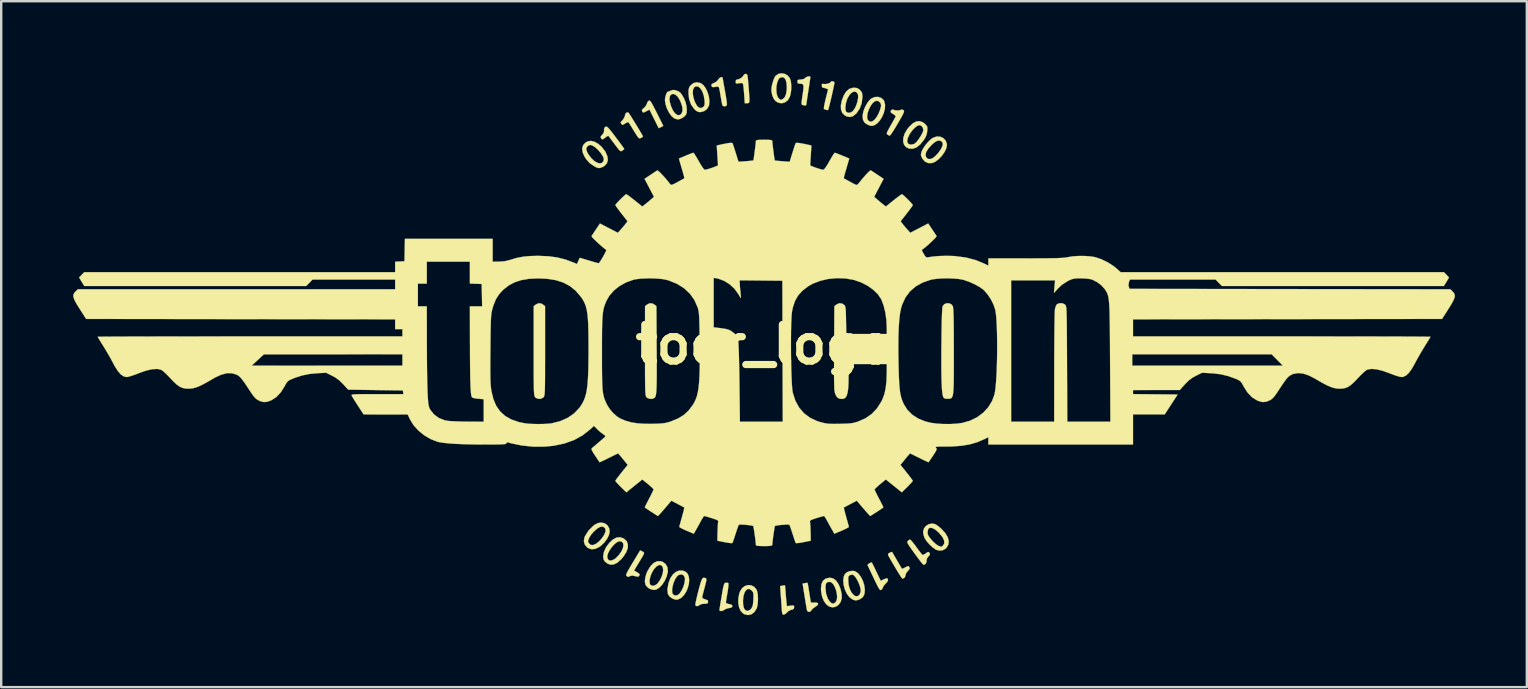
<source format=kicad_pcb>
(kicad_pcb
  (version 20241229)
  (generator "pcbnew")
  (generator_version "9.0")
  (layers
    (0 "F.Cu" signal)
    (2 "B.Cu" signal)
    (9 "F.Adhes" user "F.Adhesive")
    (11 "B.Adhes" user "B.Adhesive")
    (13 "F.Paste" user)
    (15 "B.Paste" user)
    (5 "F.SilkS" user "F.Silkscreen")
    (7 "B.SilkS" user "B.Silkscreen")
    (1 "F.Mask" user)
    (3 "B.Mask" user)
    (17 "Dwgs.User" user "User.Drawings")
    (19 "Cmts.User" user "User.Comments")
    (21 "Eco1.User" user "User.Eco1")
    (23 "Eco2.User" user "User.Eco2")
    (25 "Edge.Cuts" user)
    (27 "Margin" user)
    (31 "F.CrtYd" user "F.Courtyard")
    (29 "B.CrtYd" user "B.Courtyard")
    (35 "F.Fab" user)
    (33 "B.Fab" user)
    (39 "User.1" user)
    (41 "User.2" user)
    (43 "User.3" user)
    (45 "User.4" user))
  (footprint "toor_logo"
    (layer "F.Cu")
    (at 28.792 11.308)
    (property "Reference" "toor_logo" (at 0 0 0) (layer "F.SilkS") (effects (font (size 1.524 1.524) (thickness 0.3))))
    (attr through_hole)
    (fp_poly (pts (xy -4.753 -10.155) (xy -4.718 -10.115) (xy -4.671 -10.04) (xy -4.608 -9.922) (xy -4.522 -9.755) (xy -4.471 -9.654) (xy -4.2 -9.112) (xy -4.39 -9.014) (xy -4.583 -9.401) (xy -4.775 -9.789) (xy -4.91 -9.72) (xy -4.993 -9.68) (xy -5.037 -9.67) (xy -5.063 -9.69) (xy -5.079 -9.717) (xy -5.093 -9.768) (xy -5.064 -9.814) (xy -5.011 -9.856) (xy -4.931 -9.938) (xy -4.888 -10.029) (xy -4.853 -10.112) (xy -4.805 -10.162) (xy -4.78 -10.169) (xy -4.753 -10.155)) (stroke (width 0.01) (type solid)) (fill yes) (layer "F.SilkS"))
    (fp_poly (pts (xy 1.812 9.931) (xy 1.812 9.931) (xy 1.82 9.966) (xy 1.836 10.054) (xy 1.857 10.183) (xy 1.883 10.34) (xy 1.884 10.346) (xy 1.949 10.753) (xy 2.101 10.753) (xy 2.197 10.758) (xy 2.242 10.778) (xy 2.252 10.812) (xy 2.223 10.866) (xy 2.149 10.922) (xy 2.134 10.931) (xy 2.047 10.989) (xy 1.987 11.055) (xy 1.982 11.066) (xy 1.924 11.129) (xy 1.873 11.142) (xy 1.816 11.125) (xy 1.785 11.064) (xy 1.778 11.032) (xy 1.766 10.959) (xy 1.745 10.835) (xy 1.719 10.675) (xy 1.69 10.495) (xy 1.682 10.442) (xy 1.605 9.963) (xy 1.705 9.943) (xy 1.778 9.931) (xy 1.812 9.931)) (stroke (width 0.01) (type solid)) (fill yes) (layer "F.SilkS"))
    (fp_poly (pts (xy -5.07 8.624) (xy -5.031 8.644) (xy -5.007 8.663) (xy -5.001 8.691) (xy -5.016 8.738) (xy -5.054 8.813) (xy -5.12 8.925) (xy -5.217 9.085) (xy -5.237 9.118) (xy -5.419 9.417) (xy -5.3 9.487) (xy -5.218 9.54) (xy -5.187 9.579) (xy -5.197 9.622) (xy -5.211 9.646) (xy -5.243 9.672) (xy -5.302 9.67) (xy -5.375 9.651) (xy -5.486 9.628) (xy -5.565 9.641) (xy -5.581 9.648) (xy -5.644 9.679) (xy -5.682 9.678) (xy -5.73 9.644) (xy -5.745 9.622) (xy -5.745 9.588) (xy -5.726 9.533) (xy -5.683 9.448) (xy -5.614 9.325) (xy -5.513 9.156) (xy -5.473 9.088) (xy -5.163 8.576) (xy -5.07 8.624)) (stroke (width 0.01) (type solid)) (fill yes) (layer "F.SilkS"))
    (fp_poly (pts (xy 0.876 10.072) (xy 0.884 10.158) (xy 0.894 10.28) (xy 0.898 10.331) (xy 0.909 10.485) (xy 0.922 10.632) (xy 0.933 10.745) (xy 0.935 10.76) (xy 0.952 10.903) (xy 1.103 10.883) (xy 1.195 10.873) (xy 1.239 10.881) (xy 1.252 10.917) (xy 1.253 10.947) (xy 1.241 11.008) (xy 1.193 11.041) (xy 1.134 11.055) (xy 1.028 11.097) (xy 0.963 11.157) (xy 0.897 11.222) (xy 0.832 11.251) (xy 0.796 11.256) (xy 0.772 11.243) (xy 0.756 11.201) (xy 0.745 11.119) (xy 0.734 10.984) (xy 0.732 10.942) (xy 0.719 10.757) (xy 0.705 10.557) (xy 0.692 10.379) (xy 0.689 10.343) (xy 0.669 10.068) (xy 0.766 10.049) (xy 0.838 10.038) (xy 0.871 10.037) (xy 0.876 10.072)) (stroke (width 0.01) (type solid)) (fill yes) (layer "F.SilkS"))
    (fp_poly (pts (xy -4.649 -1.71) (xy -4.567 -1.662) (xy -4.487 -1.598) (xy -4.477 0.107) (xy -4.474 0.532) (xy -4.473 0.895) (xy -4.473 1.201) (xy -4.475 1.454) (xy -4.478 1.66) (xy -4.484 1.825) (xy -4.491 1.953) (xy -4.501 2.05) (xy -4.514 2.12) (xy -4.529 2.17) (xy -4.547 2.203) (xy -4.56 2.218) (xy -4.646 2.262) (xy -4.755 2.265) (xy -4.857 2.23) (xy -4.897 2.198) (xy -4.911 2.18) (xy -4.923 2.156) (xy -4.932 2.121) (xy -4.94 2.068) (xy -4.947 1.994) (xy -4.952 1.891) (xy -4.955 1.755) (xy -4.958 1.58) (xy -4.96 1.361) (xy -4.961 1.092) (xy -4.961 0.768) (xy -4.961 0.383) (xy -4.961 0.264) (xy -4.961 -1.598) (xy -4.882 -1.662) (xy -4.766 -1.72) (xy -4.649 -1.71)) (stroke (width 0.01) (type solid)) (fill yes) (layer "F.SilkS"))
    (fp_poly (pts (xy 4.491 9.086) (xy 4.509 9.119) (xy 4.551 9.201) (xy 4.609 9.32) (xy 4.678 9.464) (xy 4.681 9.471) (xy 4.86 9.844) (xy 4.995 9.783) (xy 5.08 9.748) (xy 5.125 9.741) (xy 5.149 9.763) (xy 5.159 9.783) (xy 5.163 9.836) (xy 5.123 9.902) (xy 5.066 9.964) (xy 4.995 10.045) (xy 4.952 10.113) (xy 4.945 10.138) (xy 4.918 10.196) (xy 4.882 10.225) (xy 4.856 10.232) (xy 4.829 10.219) (xy 4.795 10.179) (xy 4.75 10.103) (xy 4.689 9.983) (xy 4.606 9.812) (xy 4.573 9.744) (xy 4.491 9.571) (xy 4.419 9.418) (xy 4.361 9.297) (xy 4.324 9.217) (xy 4.313 9.192) (xy 4.33 9.159) (xy 4.384 9.119) (xy 4.446 9.088) (xy 4.489 9.084) (xy 4.491 9.086)) (stroke (width 0.01) (type solid)) (fill yes) (layer "F.SilkS"))
    (fp_poly (pts (xy -9.288 -1.71) (xy -9.207 -1.662) (xy -9.127 -1.598) (xy -9.127 0.264) (xy -9.127 0.667) (xy -9.128 1.008) (xy -9.128 1.291) (xy -9.13 1.524) (xy -9.132 1.711) (xy -9.136 1.857) (xy -9.14 1.968) (xy -9.146 2.05) (xy -9.154 2.108) (xy -9.163 2.148) (xy -9.174 2.174) (xy -9.187 2.193) (xy -9.192 2.198) (xy -9.286 2.257) (xy -9.399 2.266) (xy -9.504 2.226) (xy -9.537 2.198) (xy -9.551 2.18) (xy -9.562 2.156) (xy -9.572 2.121) (xy -9.58 2.068) (xy -9.587 1.994) (xy -9.592 1.891) (xy -9.595 1.755) (xy -9.598 1.58) (xy -9.6 1.361) (xy -9.601 1.092) (xy -9.601 0.768) (xy -9.601 0.383) (xy -9.601 0.264) (xy -9.601 -1.598) (xy -9.521 -1.662) (xy -9.406 -1.72) (xy -9.288 -1.71)) (stroke (width 0.01) (type solid)) (fill yes) (layer "F.SilkS"))
    (fp_poly (pts (xy 2.913 -10.95) (xy 2.932 -10.927) (xy 2.929 -10.886) (xy 2.912 -10.794) (xy 2.885 -10.662) (xy 2.851 -10.506) (xy 2.812 -10.337) (xy 2.773 -10.169) (xy 2.735 -10.015) (xy 2.703 -9.889) (xy 2.678 -9.802) (xy 2.665 -9.769) (xy 2.631 -9.772) (xy 2.591 -9.78) (xy 2.522 -9.803) (xy 2.496 -9.82) (xy 2.493 -9.861) (xy 2.506 -9.953) (xy 2.532 -10.084) (xy 2.568 -10.239) (xy 2.569 -10.242) (xy 2.669 -10.638) (xy 2.585 -10.67) (xy 2.503 -10.695) (xy 2.453 -10.702) (xy 2.415 -10.732) (xy 2.405 -10.79) (xy 2.413 -10.853) (xy 2.453 -10.865) (xy 2.485 -10.858) (xy 2.563 -10.855) (xy 2.654 -10.871) (xy 2.733 -10.9) (xy 2.775 -10.934) (xy 2.777 -10.942) (xy 2.803 -10.969) (xy 2.858 -10.97) (xy 2.913 -10.95)) (stroke (width 0.01) (type solid)) (fill yes) (layer "F.SilkS"))
    (fp_poly (pts (xy 5.352 8.675) (xy 5.398 8.753) (xy 5.463 8.865) (xy 5.537 8.992) (xy 5.615 9.126) (xy 5.681 9.238) (xy 5.727 9.315) (xy 5.746 9.345) (xy 5.78 9.339) (xy 5.851 9.306) (xy 5.886 9.287) (xy 5.967 9.244) (xy 6.011 9.235) (xy 6.039 9.257) (xy 6.053 9.277) (xy 6.07 9.326) (xy 6.047 9.376) (xy 5.992 9.434) (xy 5.916 9.535) (xy 5.893 9.621) (xy 5.865 9.708) (xy 5.791 9.751) (xy 5.762 9.754) (xy 5.737 9.726) (xy 5.685 9.65) (xy 5.612 9.534) (xy 5.523 9.39) (xy 5.461 9.286) (xy 5.366 9.123) (xy 5.282 8.979) (xy 5.216 8.863) (xy 5.175 8.788) (xy 5.165 8.767) (xy 5.177 8.714) (xy 5.235 8.675) (xy 5.302 8.648) (xy 5.333 8.643) (xy 5.352 8.675)) (stroke (width 0.01) (type solid)) (fill yes) (layer "F.SilkS"))
    (fp_poly (pts (xy -1.523 9.93) (xy -1.489 9.945) (xy -1.484 9.988) (xy -1.49 10.083) (xy -1.506 10.215) (xy -1.527 10.346) (xy -1.553 10.5) (xy -1.574 10.63) (xy -1.587 10.721) (xy -1.591 10.757) (xy -1.562 10.785) (xy -1.487 10.811) (xy -1.456 10.816) (xy -1.363 10.84) (xy -1.324 10.877) (xy -1.321 10.901) (xy -1.339 10.946) (xy -1.401 10.973) (xy -1.459 10.982) (xy -1.562 11.007) (xy -1.644 11.045) (xy -1.656 11.055) (xy -1.724 11.094) (xy -1.796 11.107) (xy -1.848 11.093) (xy -1.861 11.066) (xy -1.854 11.02) (xy -1.839 10.919) (xy -1.816 10.776) (xy -1.787 10.603) (xy -1.766 10.482) (xy -1.732 10.28) (xy -1.705 10.135) (xy -1.682 10.038) (xy -1.661 9.978) (xy -1.639 9.946) (xy -1.613 9.932) (xy -1.595 9.929) (xy -1.523 9.93)) (stroke (width 0.01) (type solid)) (fill yes) (layer "F.SilkS"))
    (fp_poly (pts (xy -0.736 -11.275) (xy -0.714 -11.26) (xy -0.697 -11.222) (xy -0.684 -11.152) (xy -0.671 -11.039) (xy -0.657 -10.874) (xy -0.649 -10.778) (xy -0.63 -10.54) (xy -0.617 -10.362) (xy -0.611 -10.234) (xy -0.612 -10.148) (xy -0.621 -10.096) (xy -0.639 -10.07) (xy -0.666 -10.06) (xy -0.703 -10.058) (xy -0.707 -10.058) (xy -0.805 -10.058) (xy -0.827 -10.389) (xy -0.839 -10.543) (xy -0.852 -10.681) (xy -0.864 -10.784) (xy -0.869 -10.815) (xy -0.885 -10.874) (xy -0.915 -10.898) (xy -0.981 -10.897) (xy -1.036 -10.889) (xy -1.128 -10.878) (xy -1.172 -10.887) (xy -1.185 -10.922) (xy -1.185 -10.954) (xy -1.168 -11.024) (xy -1.133 -11.041) (xy -1.043 -11.062) (xy -0.949 -11.114) (xy -0.88 -11.179) (xy -0.864 -11.209) (xy -0.814 -11.267) (xy -0.766 -11.278) (xy -0.736 -11.275)) (stroke (width 0.01) (type solid)) (fill yes) (layer "F.SilkS"))
    (fp_poly (pts (xy -2.435 9.736) (xy -2.429 9.739) (xy -2.409 9.756) (xy -2.404 9.797) (xy -2.415 9.873) (xy -2.444 9.993) (xy -2.477 10.12) (xy -2.517 10.271) (xy -2.551 10.401) (xy -2.574 10.494) (xy -2.583 10.531) (xy -2.558 10.574) (xy -2.474 10.613) (xy -2.462 10.617) (xy -2.381 10.645) (xy -2.337 10.672) (xy -2.335 10.678) (xy -2.337 10.73) (xy -2.337 10.753) (xy -2.357 10.786) (xy -2.426 10.802) (xy -2.487 10.803) (xy -2.6 10.816) (xy -2.679 10.847) (xy -2.688 10.854) (xy -2.761 10.899) (xy -2.832 10.896) (xy -2.863 10.869) (xy -2.862 10.826) (xy -2.846 10.729) (xy -2.816 10.589) (xy -2.776 10.419) (xy -2.74 10.276) (xy -2.683 10.066) (xy -2.639 9.913) (xy -2.602 9.809) (xy -2.568 9.748) (xy -2.532 9.721) (xy -2.489 9.72) (xy -2.435 9.736)) (stroke (width 0.01) (type solid)) (fill yes) (layer "F.SilkS"))
    (fp_poly (pts (xy -1.727 -11.119) (xy -1.727 -11.117) (xy -1.721 -11.076) (xy -1.705 -10.981) (xy -1.68 -10.842) (xy -1.65 -10.672) (xy -1.625 -10.534) (xy -1.588 -10.318) (xy -1.563 -10.16) (xy -1.551 -10.052) (xy -1.552 -9.986) (xy -1.563 -9.954) (xy -1.567 -9.951) (xy -1.648 -9.924) (xy -1.716 -9.945) (xy -1.74 -9.982) (xy -1.753 -10.04) (xy -1.774 -10.147) (xy -1.798 -10.284) (xy -1.812 -10.363) (xy -1.84 -10.532) (xy -1.861 -10.645) (xy -1.882 -10.712) (xy -1.908 -10.744) (xy -1.946 -10.75) (xy -2.001 -10.742) (xy -2.028 -10.737) (xy -2.122 -10.726) (xy -2.17 -10.741) (xy -2.183 -10.76) (xy -2.198 -10.82) (xy -2.177 -10.858) (xy -2.106 -10.892) (xy -2.082 -10.901) (xy -1.974 -10.966) (xy -1.912 -11.043) (xy -1.865 -11.101) (xy -1.804 -11.139) (xy -1.751 -11.147) (xy -1.727 -11.119)) (stroke (width 0.01) (type solid)) (fill yes) (layer "F.SilkS"))
    (fp_poly (pts (xy 5.389 -9.785) (xy 5.47 -9.762) (xy 5.571 -9.755) (xy 5.662 -9.765) (xy 5.708 -9.785) (xy 5.76 -9.793) (xy 5.804 -9.77) (xy 5.825 -9.75) (xy 5.833 -9.723) (xy 5.825 -9.681) (xy 5.796 -9.613) (xy 5.743 -9.513) (xy 5.663 -9.37) (xy 5.572 -9.213) (xy 5.474 -9.047) (xy 5.385 -8.904) (xy 5.311 -8.793) (xy 5.26 -8.724) (xy 5.238 -8.705) (xy 5.18 -8.725) (xy 5.141 -8.75) (xy 5.119 -8.773) (xy 5.114 -8.806) (xy 5.131 -8.859) (xy 5.173 -8.943) (xy 5.244 -9.07) (xy 5.285 -9.141) (xy 5.363 -9.279) (xy 5.428 -9.396) (xy 5.471 -9.479) (xy 5.486 -9.516) (xy 5.46 -9.549) (xy 5.394 -9.598) (xy 5.367 -9.614) (xy 5.293 -9.663) (xy 5.27 -9.701) (xy 5.286 -9.746) (xy 5.289 -9.751) (xy 5.337 -9.796) (xy 5.389 -9.785)) (stroke (width 0.01) (type solid)) (fill yes) (layer "F.SilkS"))
    (fp_poly (pts (xy -6.547 -9.075) (xy -6.505 -9.042) (xy -6.447 -8.978) (xy -6.364 -8.877) (xy -6.252 -8.731) (xy -6.182 -8.638) (xy -6.066 -8.483) (xy -5.966 -8.348) (xy -5.888 -8.242) (xy -5.839 -8.173) (xy -5.825 -8.15) (xy -5.85 -8.123) (xy -5.907 -8.082) (xy -5.942 -8.062) (xy -5.973 -8.058) (xy -6.009 -8.078) (xy -6.059 -8.13) (xy -6.131 -8.222) (xy -6.233 -8.358) (xy -6.329 -8.486) (xy -6.409 -8.593) (xy -6.465 -8.668) (xy -6.49 -8.7) (xy -6.49 -8.7) (xy -6.52 -8.689) (xy -6.585 -8.648) (xy -6.622 -8.62) (xy -6.698 -8.565) (xy -6.742 -8.549) (xy -6.772 -8.568) (xy -6.789 -8.59) (xy -6.814 -8.639) (xy -6.796 -8.686) (xy -6.753 -8.733) (xy -6.688 -8.817) (xy -6.666 -8.908) (xy -6.67 -8.981) (xy -6.647 -9.041) (xy -6.607 -9.075) (xy -6.579 -9.083) (xy -6.547 -9.075)) (stroke (width 0.01) (type solid)) (fill yes) (layer "F.SilkS"))
    (fp_poly (pts (xy 1.93 -11.152) (xy 1.93 -11.151) (xy 1.925 -11.11) (xy 1.911 -11.015) (xy 1.89 -10.876) (xy 1.865 -10.705) (xy 1.846 -10.583) (xy 1.818 -10.397) (xy 1.793 -10.234) (xy 1.775 -10.104) (xy 1.764 -10.022) (xy 1.762 -9.999) (xy 1.744 -9.967) (xy 1.685 -9.965) (xy 1.617 -9.98) (xy 1.588 -9.99) (xy 1.57 -10.008) (xy 1.562 -10.046) (xy 1.565 -10.115) (xy 1.579 -10.225) (xy 1.602 -10.388) (xy 1.612 -10.452) (xy 1.636 -10.625) (xy 1.645 -10.742) (xy 1.635 -10.815) (xy 1.604 -10.853) (xy 1.548 -10.868) (xy 1.482 -10.871) (xy 1.413 -10.882) (xy 1.39 -10.929) (xy 1.389 -10.956) (xy 1.396 -11.011) (xy 1.433 -11.035) (xy 1.517 -11.041) (xy 1.519 -11.041) (xy 1.648 -11.064) (xy 1.71 -11.108) (xy 1.769 -11.149) (xy 1.841 -11.173) (xy 1.903 -11.176) (xy 1.93 -11.152)) (stroke (width 0.01) (type solid)) (fill yes) (layer "F.SilkS"))
    (fp_poly (pts (xy 6.117 8.154) (xy 6.181 8.225) (xy 6.265 8.33) (xy 6.353 8.45) (xy 6.445 8.576) (xy 6.525 8.679) (xy 6.584 8.748) (xy 6.613 8.771) (xy 6.659 8.753) (xy 6.732 8.709) (xy 6.747 8.698) (xy 6.817 8.652) (xy 6.856 8.646) (xy 6.888 8.676) (xy 6.893 8.683) (xy 6.915 8.731) (xy 6.893 8.78) (xy 6.855 8.823) (xy 6.783 8.924) (xy 6.768 9.042) (xy 6.77 9.062) (xy 6.75 9.111) (xy 6.709 9.158) (xy 6.685 9.176) (xy 6.659 9.18) (xy 6.627 9.161) (xy 6.581 9.115) (xy 6.515 9.033) (xy 6.422 8.91) (xy 6.296 8.739) (xy 6.291 8.731) (xy 6.164 8.556) (xy 6.073 8.427) (xy 6.013 8.336) (xy 5.98 8.274) (xy 5.97 8.232) (xy 5.976 8.203) (xy 5.988 8.187) (xy 6.045 8.14) (xy 6.082 8.128) (xy 6.117 8.154)) (stroke (width 0.01) (type solid)) (fill yes) (layer "F.SilkS"))
    (fp_poly (pts (xy -5.66 -9.668) (xy -5.65 -9.66) (xy -5.621 -9.62) (xy -5.566 -9.536) (xy -5.492 -9.419) (xy -5.406 -9.281) (xy -5.316 -9.134) (xy -5.228 -8.989) (xy -5.151 -8.859) (xy -5.09 -8.755) (xy -5.053 -8.689) (xy -5.046 -8.672) (xy -5.073 -8.641) (xy -5.13 -8.608) (xy -5.179 -8.592) (xy -5.218 -8.601) (xy -5.262 -8.648) (xy -5.325 -8.743) (xy -5.327 -8.747) (xy -5.409 -8.877) (xy -5.493 -9.016) (xy -5.534 -9.085) (xy -5.592 -9.178) (xy -5.64 -9.244) (xy -5.659 -9.265) (xy -5.704 -9.259) (xy -5.776 -9.222) (xy -5.796 -9.208) (xy -5.867 -9.161) (xy -5.906 -9.153) (xy -5.937 -9.181) (xy -5.95 -9.197) (xy -5.979 -9.252) (xy -5.96 -9.289) (xy -5.952 -9.296) (xy -5.875 -9.377) (xy -5.816 -9.478) (xy -5.791 -9.57) (xy -5.791 -9.571) (xy -5.768 -9.636) (xy -5.716 -9.673) (xy -5.66 -9.668)) (stroke (width 0.01) (type solid)) (fill yes) (layer "F.SilkS"))
    (fp_poly (pts (xy 2.891 9.752) (xy 3.007 9.845) (xy 3.107 9.992) (xy 3.185 10.185) (xy 3.236 10.414) (xy 3.236 10.584) (xy 3.189 10.732) (xy 3.104 10.849) (xy 2.991 10.926) (xy 2.859 10.953) (xy 2.723 10.924) (xy 2.599 10.836) (xy 2.496 10.695) (xy 2.42 10.514) (xy 2.378 10.305) (xy 2.371 10.173) (xy 2.373 10.15) (xy 2.559 10.15) (xy 2.586 10.397) (xy 2.661 10.599) (xy 2.732 10.703) (xy 2.814 10.781) (xy 2.885 10.798) (xy 2.96 10.755) (xy 2.98 10.736) (xy 3.028 10.647) (xy 3.044 10.523) (xy 3.032 10.379) (xy 2.997 10.231) (xy 2.943 10.092) (xy 2.874 9.979) (xy 2.796 9.907) (xy 2.732 9.89) (xy 2.641 9.903) (xy 2.587 9.95) (xy 2.563 10.041) (xy 2.559 10.15) (xy 2.373 10.15) (xy 2.391 9.983) (xy 2.453 9.846) (xy 2.558 9.76) (xy 2.708 9.722) (xy 2.763 9.72) (xy 2.891 9.752)) (stroke (width 0.01) (type solid)) (fill yes) (layer "F.SilkS"))
    (fp_poly (pts (xy -5.856 8.081) (xy -5.837 8.092) (xy -5.728 8.192) (xy -5.675 8.322) (xy -5.68 8.476) (xy -5.74 8.647) (xy -5.855 8.83) (xy -5.958 8.952) (xy -6.116 9.092) (xy -6.268 9.166) (xy -6.412 9.174) (xy -6.537 9.122) (xy -6.64 9.038) (xy -6.691 8.947) (xy -6.703 8.843) (xy -6.536 8.843) (xy -6.513 8.945) (xy -6.451 8.998) (xy -6.36 9.001) (xy -6.249 8.953) (xy -6.176 8.898) (xy -6.047 8.766) (xy -5.95 8.629) (xy -5.887 8.496) (xy -5.861 8.377) (xy -5.874 8.281) (xy -5.928 8.217) (xy -6.019 8.196) (xy -6.111 8.225) (xy -6.215 8.302) (xy -6.322 8.413) (xy -6.418 8.543) (xy -6.492 8.676) (xy -6.532 8.799) (xy -6.536 8.843) (xy -6.703 8.843) (xy -6.705 8.825) (xy -6.705 8.824) (xy -6.672 8.636) (xy -6.581 8.44) (xy -6.449 8.265) (xy -6.294 8.121) (xy -6.146 8.043) (xy -6.001 8.03) (xy -5.856 8.081)) (stroke (width 0.01) (type solid)) (fill yes) (layer "F.SilkS"))
    (fp_poly (pts (xy -7.067 -8.451) (xy -6.914 -8.366) (xy -6.768 -8.237) (xy -6.637 -8.071) (xy -6.603 -8.014) (xy -6.527 -7.836) (xy -6.511 -7.678) (xy -6.555 -7.544) (xy -6.657 -7.439) (xy -6.718 -7.404) (xy -6.818 -7.363) (xy -6.896 -7.354) (xy -6.981 -7.38) (xy -7.062 -7.42) (xy -7.252 -7.547) (xy -7.405 -7.713) (xy -7.488 -7.84) (xy -7.564 -8.018) (xy -7.575 -8.124) (xy -7.41 -8.124) (xy -7.368 -8.007) (xy -7.312 -7.913) (xy -7.193 -7.76) (xy -7.07 -7.646) (xy -6.95 -7.574) (xy -6.841 -7.547) (xy -6.754 -7.571) (xy -6.699 -7.638) (xy -6.678 -7.715) (xy -6.697 -7.797) (xy -6.713 -7.833) (xy -6.799 -7.971) (xy -6.913 -8.107) (xy -7.037 -8.22) (xy -7.13 -8.279) (xy -7.213 -8.314) (xy -7.268 -8.316) (xy -7.326 -8.287) (xy -7.334 -8.282) (xy -7.399 -8.214) (xy -7.41 -8.124) (xy -7.575 -8.124) (xy -7.58 -8.178) (xy -7.537 -8.313) (xy -7.437 -8.419) (xy -7.348 -8.467) (xy -7.215 -8.487) (xy -7.067 -8.451)) (stroke (width 0.01) (type solid)) (fill yes) (layer "F.SilkS"))
    (fp_poly (pts (xy -6.636 7.453) (xy -6.528 7.532) (xy -6.457 7.653) (xy -6.435 7.788) (xy -6.463 7.934) (xy -6.541 8.094) (xy -6.657 8.25) (xy -6.799 8.386) (xy -6.873 8.439) (xy -7.042 8.518) (xy -7.197 8.531) (xy -7.337 8.479) (xy -7.379 8.448) (xy -7.477 8.327) (xy -7.508 8.198) (xy -7.337 8.198) (xy -7.322 8.247) (xy -7.301 8.281) (xy -7.226 8.35) (xy -7.129 8.357) (xy -7.006 8.305) (xy -6.996 8.299) (xy -6.877 8.205) (xy -6.766 8.083) (xy -6.675 7.949) (xy -6.617 7.823) (xy -6.604 7.748) (xy -6.63 7.649) (xy -6.705 7.595) (xy -6.776 7.586) (xy -6.862 7.612) (xy -6.969 7.683) (xy -7.083 7.783) (xy -7.188 7.899) (xy -7.269 8.019) (xy -7.282 8.045) (xy -7.324 8.139) (xy -7.337 8.198) (xy -7.508 8.198) (xy -7.511 8.185) (xy -7.48 8.027) (xy -7.459 7.979) (xy -7.308 7.742) (xy -7.104 7.543) (xy -7.066 7.513) (xy -6.917 7.438) (xy -6.77 7.42) (xy -6.636 7.453)) (stroke (width 0.01) (type solid)) (fill yes) (layer "F.SilkS"))
    (fp_poly (pts (xy -3.391 9.421) (xy -3.291 9.457) (xy -3.194 9.54) (xy -3.139 9.662) (xy -3.12 9.812) (xy -3.135 9.977) (xy -3.179 10.146) (xy -3.249 10.306) (xy -3.341 10.447) (xy -3.451 10.556) (xy -3.575 10.621) (xy -3.664 10.634) (xy -3.746 10.616) (xy -3.84 10.574) (xy -3.85 10.568) (xy -3.953 10.488) (xy -4.009 10.391) (xy -4.026 10.26) (xy -4.024 10.226) (xy -3.834 10.226) (xy -3.826 10.345) (xy -3.797 10.409) (xy -3.718 10.458) (xy -3.623 10.451) (xy -3.533 10.39) (xy -3.532 10.389) (xy -3.439 10.257) (xy -3.363 10.097) (xy -3.313 9.93) (xy -3.296 9.779) (xy -3.303 9.715) (xy -3.351 9.62) (xy -3.435 9.578) (xy -3.541 9.595) (xy -3.559 9.603) (xy -3.638 9.673) (xy -3.711 9.788) (xy -3.771 9.93) (xy -3.813 10.082) (xy -3.834 10.226) (xy -4.024 10.226) (xy -4.021 10.161) (xy -3.98 9.933) (xy -3.905 9.738) (xy -3.803 9.584) (xy -3.679 9.476) (xy -3.54 9.42) (xy -3.391 9.421)) (stroke (width 0.01) (type solid)) (fill yes) (layer "F.SilkS"))
    (fp_poly (pts (xy 0.869 -11.277) (xy 0.991 -11.204) (xy 1.073 -11.101) (xy 1.114 -10.978) (xy 1.133 -10.814) (xy 1.132 -10.632) (xy 1.109 -10.454) (xy 1.072 -10.32) (xy 0.989 -10.181) (xy 0.873 -10.091) (xy 0.739 -10.054) (xy 0.599 -10.074) (xy 0.481 -10.143) (xy 0.397 -10.25) (xy 0.336 -10.401) (xy 0.306 -10.574) (xy 0.305 -10.625) (xy 0.306 -10.634) (xy 0.508 -10.634) (xy 0.525 -10.44) (xy 0.575 -10.299) (xy 0.658 -10.215) (xy 0.705 -10.197) (xy 0.739 -10.208) (xy 0.784 -10.23) (xy 0.862 -10.309) (xy 0.917 -10.442) (xy 0.945 -10.622) (xy 0.948 -10.719) (xy 0.935 -10.904) (xy 0.897 -11.04) (xy 0.835 -11.12) (xy 0.77 -11.142) (xy 0.69 -11.13) (xy 0.653 -11.115) (xy 0.598 -11.047) (xy 0.551 -10.931) (xy 0.519 -10.785) (xy 0.508 -10.634) (xy 0.306 -10.634) (xy 0.317 -10.748) (xy 0.35 -10.892) (xy 0.395 -11.033) (xy 0.445 -11.147) (xy 0.481 -11.2) (xy 0.596 -11.278) (xy 0.731 -11.303) (xy 0.869 -11.277)) (stroke (width 0.01) (type solid)) (fill yes) (layer "F.SilkS"))
    (fp_poly (pts (xy 3.862 -10.691) (xy 3.946 -10.65) (xy 3.999 -10.603) (xy 4.059 -10.533) (xy 4.088 -10.46) (xy 4.098 -10.356) (xy 4.098 -10.319) (xy 4.069 -10.063) (xy 3.986 -9.833) (xy 3.854 -9.64) (xy 3.842 -9.628) (xy 3.713 -9.522) (xy 3.586 -9.481) (xy 3.452 -9.504) (xy 3.363 -9.549) (xy 3.26 -9.649) (xy 3.206 -9.791) (xy 3.202 -9.91) (xy 3.39 -9.91) (xy 3.392 -9.786) (xy 3.419 -9.703) (xy 3.427 -9.693) (xy 3.508 -9.655) (xy 3.606 -9.667) (xy 3.695 -9.723) (xy 3.775 -9.83) (xy 3.842 -9.971) (xy 3.892 -10.126) (xy 3.919 -10.275) (xy 3.917 -10.4) (xy 3.9 -10.455) (xy 3.834 -10.527) (xy 3.751 -10.541) (xy 3.66 -10.502) (xy 3.57 -10.415) (xy 3.489 -10.285) (xy 3.456 -10.208) (xy 3.412 -10.057) (xy 3.39 -9.91) (xy 3.202 -9.91) (xy 3.2 -9.968) (xy 3.242 -10.174) (xy 3.322 -10.38) (xy 3.425 -10.548) (xy 3.549 -10.653) (xy 3.696 -10.699) (xy 3.747 -10.702) (xy 3.862 -10.691)) (stroke (width 0.01) (type solid)) (fill yes) (layer "F.SilkS"))
    (fp_poly (pts (xy 7.346 -8.66) (xy 7.472 -8.602) (xy 7.566 -8.502) (xy 7.616 -8.368) (xy 7.62 -8.31) (xy 7.593 -8.173) (xy 7.518 -8.018) (xy 7.407 -7.862) (xy 7.271 -7.721) (xy 7.132 -7.616) (xy 6.988 -7.561) (xy 6.843 -7.561) (xy 6.715 -7.617) (xy 6.7 -7.629) (xy 6.59 -7.753) (xy 6.539 -7.885) (xy 6.538 -7.902) (xy 6.727 -7.902) (xy 6.759 -7.796) (xy 6.762 -7.792) (xy 6.839 -7.733) (xy 6.942 -7.732) (xy 7.047 -7.781) (xy 7.159 -7.875) (xy 7.268 -7.997) (xy 7.361 -8.13) (xy 7.426 -8.255) (xy 7.451 -8.356) (xy 7.451 -8.357) (xy 7.422 -8.444) (xy 7.342 -8.492) (xy 7.273 -8.501) (xy 7.189 -8.479) (xy 7.086 -8.411) (xy 7.006 -8.341) (xy 6.851 -8.176) (xy 6.758 -8.029) (xy 6.727 -7.902) (xy 6.538 -7.902) (xy 6.536 -7.924) (xy 6.561 -8.034) (xy 6.628 -8.169) (xy 6.725 -8.312) (xy 6.839 -8.448) (xy 6.959 -8.56) (xy 7.051 -8.622) (xy 7.201 -8.669) (xy 7.346 -8.66)) (stroke (width 0.01) (type solid)) (fill yes) (layer "F.SilkS"))
    (fp_poly (pts (xy 7.715 -1.718) (xy 7.81 -1.672) (xy 7.866 -1.599) (xy 7.876 -1.557) (xy 7.884 -1.477) (xy 7.891 -1.353) (xy 7.897 -1.184) (xy 7.901 -0.964) (xy 7.904 -0.69) (xy 7.906 -0.358) (xy 7.907 0.036) (xy 7.907 0.271) (xy 7.908 0.686) (xy 7.907 1.038) (xy 7.906 1.333) (xy 7.903 1.576) (xy 7.897 1.771) (xy 7.889 1.925) (xy 7.877 2.042) (xy 7.861 2.127) (xy 7.84 2.186) (xy 7.814 2.224) (xy 7.781 2.245) (xy 7.742 2.256) (xy 7.696 2.26) (xy 7.668 2.262) (xy 7.547 2.256) (xy 7.486 2.22) (xy 7.461 2.171) (xy 7.44 2.087) (xy 7.422 1.964) (xy 7.409 1.797) (xy 7.399 1.584) (xy 7.392 1.321) (xy 7.388 1.002) (xy 7.387 0.625) (xy 7.389 0.185) (xy 7.391 0.034) (xy 7.395 -0.388) (xy 7.4 -0.743) (xy 7.407 -1.035) (xy 7.414 -1.265) (xy 7.423 -1.434) (xy 7.432 -1.545) (xy 7.443 -1.599) (xy 7.51 -1.682) (xy 7.608 -1.721) (xy 7.715 -1.718)) (stroke (width 0.01) (type solid)) (fill yes) (layer "F.SilkS"))
    (fp_poly (pts (xy -0.531 10.036) (xy -0.407 10.102) (xy -0.319 10.205) (xy -0.282 10.308) (xy -0.26 10.456) (xy -0.254 10.624) (xy -0.264 10.793) (xy -0.29 10.94) (xy -0.314 11.007) (xy -0.407 11.152) (xy -0.527 11.242) (xy -0.664 11.274) (xy -0.808 11.243) (xy -0.879 11.204) (xy -0.976 11.1) (xy -1.042 10.95) (xy -1.075 10.769) (xy -1.073 10.651) (xy -0.878 10.651) (xy -0.875 10.82) (xy -0.847 10.963) (xy -0.828 11.01) (xy -0.76 11.086) (xy -0.675 11.102) (xy -0.585 11.056) (xy -0.528 10.996) (xy -0.489 10.927) (xy -0.465 10.838) (xy -0.45 10.709) (xy -0.445 10.617) (xy -0.441 10.475) (xy -0.445 10.384) (xy -0.46 10.324) (xy -0.49 10.278) (xy -0.518 10.249) (xy -0.61 10.187) (xy -0.695 10.192) (xy -0.772 10.263) (xy -0.816 10.343) (xy -0.858 10.483) (xy -0.878 10.651) (xy -1.073 10.651) (xy -1.072 10.572) (xy -1.033 10.375) (xy -1.002 10.29) (xy -0.915 10.152) (xy -0.798 10.063) (xy -0.665 10.023) (xy -0.531 10.036)) (stroke (width 0.01) (type solid)) (fill yes) (layer "F.SilkS"))
    (fp_poly (pts (xy 6.621 -9.258) (xy 6.691 -9.205) (xy 6.761 -9.139) (xy 6.796 -9.083) (xy 6.806 -9.01) (xy 6.801 -8.908) (xy 6.78 -8.77) (xy 6.732 -8.646) (xy 6.663 -8.533) (xy 6.513 -8.343) (xy 6.358 -8.218) (xy 6.2 -8.159) (xy 6.04 -8.167) (xy 6.039 -8.168) (xy 5.911 -8.231) (xy 5.83 -8.335) (xy 5.795 -8.47) (xy 5.795 -8.474) (xy 5.963 -8.474) (xy 5.99 -8.386) (xy 6.067 -8.338) (xy 6.129 -8.331) (xy 6.227 -8.351) (xy 6.289 -8.382) (xy 6.36 -8.45) (xy 6.442 -8.555) (xy 6.522 -8.678) (xy 6.589 -8.799) (xy 6.63 -8.899) (xy 6.638 -8.942) (xy 6.612 -9.047) (xy 6.546 -9.121) (xy 6.467 -9.144) (xy 6.389 -9.117) (xy 6.291 -9.043) (xy 6.187 -8.936) (xy 6.092 -8.809) (xy 6.06 -8.757) (xy 5.986 -8.599) (xy 5.963 -8.474) (xy 5.795 -8.474) (xy 5.806 -8.627) (xy 5.862 -8.798) (xy 5.965 -8.972) (xy 6.048 -9.075) (xy 6.202 -9.219) (xy 6.347 -9.297) (xy 6.486 -9.31) (xy 6.621 -9.258)) (stroke (width 0.01) (type solid)) (fill yes) (layer "F.SilkS"))
    (fp_poly (pts (xy -4.224 9.058) (xy -4.1 9.151) (xy -4.027 9.284) (xy -4.009 9.445) (xy -4.014 9.493) (xy -4.064 9.68) (xy -4.145 9.856) (xy -4.249 10.011) (xy -4.366 10.132) (xy -4.487 10.208) (xy -4.581 10.228) (xy -4.686 10.209) (xy -4.793 10.165) (xy -4.801 10.16) (xy -4.885 10.09) (xy -4.944 10.008) (xy -4.948 9.999) (xy -4.961 9.913) (xy -4.773 9.913) (xy -4.747 10.003) (xy -4.735 10.018) (xy -4.653 10.056) (xy -4.554 10.04) (xy -4.456 9.975) (xy -4.447 9.965) (xy -4.348 9.835) (xy -4.272 9.686) (xy -4.223 9.533) (xy -4.204 9.393) (xy -4.221 9.281) (xy -4.253 9.231) (xy -4.32 9.186) (xy -4.391 9.191) (xy -4.483 9.25) (xy -4.5 9.264) (xy -4.592 9.366) (xy -4.671 9.499) (xy -4.731 9.644) (xy -4.766 9.788) (xy -4.773 9.913) (xy -4.961 9.913) (xy -4.968 9.869) (xy -4.95 9.704) (xy -4.896 9.525) (xy -4.854 9.432) (xy -4.736 9.238) (xy -4.606 9.105) (xy -4.466 9.034) (xy -4.321 9.027) (xy -4.224 9.058)) (stroke (width 0.01) (type solid)) (fill yes) (layer "F.SilkS"))
    (fp_poly (pts (xy -2.65 -10.897) (xy -2.629 -10.888) (xy -2.522 -10.804) (xy -2.427 -10.67) (xy -2.351 -10.503) (xy -2.299 -10.32) (xy -2.278 -10.139) (xy -2.293 -9.976) (xy -2.303 -9.94) (xy -2.377 -9.815) (xy -2.497 -9.727) (xy -2.645 -9.687) (xy -2.672 -9.686) (xy -2.759 -9.699) (xy -2.839 -9.748) (xy -2.914 -9.818) (xy -3.046 -10.006) (xy -3.125 -10.234) (xy -3.15 -10.485) (xy -3.149 -10.489) (xy -2.973 -10.489) (xy -2.953 -10.331) (xy -2.901 -10.154) (xy -2.877 -10.096) (xy -2.798 -9.952) (xy -2.711 -9.871) (xy -2.621 -9.855) (xy -2.531 -9.904) (xy -2.521 -9.913) (xy -2.489 -9.96) (xy -2.476 -10.032) (xy -2.478 -10.146) (xy -2.481 -10.183) (xy -2.512 -10.37) (xy -2.568 -10.535) (xy -2.644 -10.663) (xy -2.732 -10.742) (xy -2.755 -10.752) (xy -2.851 -10.759) (xy -2.92 -10.712) (xy -2.961 -10.619) (xy -2.973 -10.489) (xy -3.149 -10.489) (xy -3.145 -10.614) (xy -3.125 -10.701) (xy -3.085 -10.773) (xy -3.063 -10.8) (xy -2.943 -10.896) (xy -2.802 -10.929) (xy -2.65 -10.897)) (stroke (width 0.01) (type solid)) (fill yes) (layer "F.SilkS"))
    (fp_poly (pts (xy 4.878 -10.28) (xy 4.977 -10.193) (xy 5.006 -10.144) (xy 5.042 -9.998) (xy 5.035 -9.831) (xy 4.991 -9.655) (xy 4.918 -9.485) (xy 4.822 -9.332) (xy 4.709 -9.21) (xy 4.586 -9.132) (xy 4.481 -9.11) (xy 4.411 -9.125) (xy 4.319 -9.161) (xy 4.302 -9.169) (xy 4.188 -9.249) (xy 4.125 -9.356) (xy 4.107 -9.502) (xy 4.108 -9.52) (xy 4.295 -9.52) (xy 4.302 -9.407) (xy 4.346 -9.331) (xy 4.35 -9.327) (xy 4.428 -9.287) (xy 4.499 -9.294) (xy 4.582 -9.352) (xy 4.621 -9.39) (xy 4.698 -9.491) (xy 4.773 -9.63) (xy 4.834 -9.78) (xy 4.871 -9.915) (xy 4.877 -9.973) (xy 4.847 -10.074) (xy 4.77 -10.142) (xy 4.691 -10.16) (xy 4.602 -10.13) (xy 4.515 -10.05) (xy 4.434 -9.935) (xy 4.367 -9.798) (xy 4.318 -9.655) (xy 4.295 -9.52) (xy 4.108 -9.52) (xy 4.111 -9.577) (xy 4.145 -9.736) (xy 4.213 -9.908) (xy 4.304 -10.069) (xy 4.406 -10.198) (xy 4.47 -10.253) (xy 4.607 -10.313) (xy 4.749 -10.321) (xy 4.878 -10.28)) (stroke (width 0.01) (type solid)) (fill yes) (layer "F.SilkS"))
    (fp_poly (pts (xy 7.122 7.482) (xy 7.195 7.523) (xy 7.293 7.596) (xy 7.387 7.678) (xy 7.551 7.858) (xy 7.655 8.031) (xy 7.697 8.195) (xy 7.677 8.346) (xy 7.594 8.479) (xy 7.561 8.51) (xy 7.445 8.573) (xy 7.305 8.589) (xy 7.172 8.555) (xy 7.163 8.551) (xy 7.038 8.464) (xy 6.903 8.341) (xy 6.782 8.205) (xy 6.698 8.078) (xy 6.653 7.961) (xy 6.63 7.839) (xy 6.629 7.814) (xy 6.634 7.787) (xy 6.814 7.787) (xy 6.819 7.898) (xy 6.822 7.911) (xy 6.862 7.992) (xy 6.941 8.097) (xy 7.041 8.207) (xy 7.146 8.305) (xy 7.24 8.373) (xy 7.264 8.385) (xy 7.344 8.419) (xy 7.388 8.426) (xy 7.424 8.405) (xy 7.456 8.377) (xy 7.51 8.286) (xy 7.505 8.171) (xy 7.443 8.038) (xy 7.421 8.006) (xy 7.288 7.847) (xy 7.155 7.728) (xy 7.032 7.655) (xy 6.927 7.634) (xy 6.892 7.642) (xy 6.84 7.694) (xy 6.814 7.787) (xy 6.634 7.787) (xy 6.659 7.677) (xy 6.74 7.566) (xy 6.857 7.49) (xy 6.993 7.46) (xy 7.122 7.482)) (stroke (width 0.01) (type solid)) (fill yes) (layer "F.SilkS"))
    (fp_poly (pts (xy 3.799 9.451) (xy 3.917 9.532) (xy 4.023 9.665) (xy 4.112 9.833) (xy 4.173 10.021) (xy 4.199 10.212) (xy 4.199 10.237) (xy 4.181 10.403) (xy 4.121 10.521) (xy 4.014 10.603) (xy 3.976 10.621) (xy 3.872 10.658) (xy 3.793 10.661) (xy 3.705 10.631) (xy 3.673 10.616) (xy 3.551 10.522) (xy 3.447 10.381) (xy 3.368 10.208) (xy 3.317 10.022) (xy 3.3 9.837) (xy 3.301 9.824) (xy 3.508 9.824) (xy 3.508 9.857) (xy 3.526 10.027) (xy 3.569 10.183) (xy 3.633 10.315) (xy 3.71 10.416) (xy 3.793 10.478) (xy 3.876 10.493) (xy 3.952 10.453) (xy 3.977 10.423) (xy 4.018 10.33) (xy 4.03 10.255) (xy 4.012 10.137) (xy 3.965 9.991) (xy 3.899 9.842) (xy 3.825 9.716) (xy 3.793 9.674) (xy 3.727 9.608) (xy 3.674 9.587) (xy 3.609 9.601) (xy 3.602 9.603) (xy 3.55 9.626) (xy 3.521 9.658) (xy 3.509 9.718) (xy 3.508 9.824) (xy 3.301 9.824) (xy 3.321 9.672) (xy 3.367 9.567) (xy 3.452 9.491) (xy 3.575 9.443) (xy 3.708 9.431) (xy 3.799 9.451)) (stroke (width 0.01) (type solid)) (fill yes) (layer "F.SilkS"))
    (fp_poly (pts (xy -3.715 -10.604) (xy -3.647 -10.583) (xy -3.559 -10.546) (xy -3.491 -10.496) (xy -3.428 -10.416) (xy -3.356 -10.294) (xy -3.331 -10.245) (xy -3.274 -10.104) (xy -3.236 -9.944) (xy -3.22 -9.787) (xy -3.228 -9.654) (xy -3.249 -9.588) (xy -3.323 -9.503) (xy -3.432 -9.429) (xy -3.547 -9.387) (xy -3.59 -9.382) (xy -3.682 -9.401) (xy -3.761 -9.437) (xy -3.868 -9.533) (xy -3.968 -9.677) (xy -4.052 -9.848) (xy -4.11 -10.027) (xy -4.132 -10.193) (xy -4.132 -10.196) (xy -4.125 -10.252) (xy -3.943 -10.252) (xy -3.928 -10.106) (xy -3.871 -9.913) (xy -3.798 -9.756) (xy -3.716 -9.64) (xy -3.629 -9.571) (xy -3.543 -9.555) (xy -3.465 -9.597) (xy -3.434 -9.636) (xy -3.396 -9.754) (xy -3.411 -9.914) (xy -3.478 -10.114) (xy -3.509 -10.182) (xy -3.596 -10.323) (xy -3.691 -10.41) (xy -3.783 -10.445) (xy -3.862 -10.429) (xy -3.919 -10.364) (xy -3.943 -10.252) (xy -4.125 -10.252) (xy -4.122 -10.286) (xy -4.096 -10.386) (xy -4.063 -10.473) (xy -4.03 -10.526) (xy -4.016 -10.533) (xy -3.981 -10.544) (xy -3.907 -10.573) (xy -3.89 -10.58) (xy -3.799 -10.609) (xy -3.715 -10.604)) (stroke (width 0.01) (type solid)) (fill yes) (layer "F.SilkS"))
    (fp_poly (pts (xy 0.167 -8.532) (xy 0.274 -8.523) (xy 0.329 -8.508) (xy 0.34 -8.492) (xy 0.345 -8.426) (xy 0.357 -8.318) (xy 0.373 -8.183) (xy 0.391 -8.038) (xy 0.409 -7.899) (xy 0.426 -7.781) (xy 0.439 -7.7) (xy 0.445 -7.673) (xy 0.482 -7.665) (xy 0.571 -7.655) (xy 0.695 -7.644) (xy 0.762 -7.639) (xy 1.067 -7.616) (xy 1.182 -7.988) (xy 1.23 -8.139) (xy 1.271 -8.267) (xy 1.303 -8.357) (xy 1.318 -8.394) (xy 1.363 -8.406) (xy 1.471 -8.397) (xy 1.637 -8.368) (xy 1.862 -8.32) (xy 1.892 -8.313) (xy 1.972 -8.294) (xy 1.948 -7.898) (xy 1.938 -7.74) (xy 1.929 -7.607) (xy 1.922 -7.513) (xy 1.919 -7.474) (xy 1.946 -7.453) (xy 2.02 -7.419) (xy 2.125 -7.38) (xy 2.241 -7.34) (xy 2.352 -7.307) (xy 2.439 -7.286) (xy 2.473 -7.282) (xy 2.51 -7.31) (xy 2.571 -7.391) (xy 2.65 -7.513) (xy 2.721 -7.637) (xy 2.799 -7.775) (xy 2.868 -7.888) (xy 2.919 -7.964) (xy 2.945 -7.993) (xy 2.946 -7.993) (xy 2.987 -7.98) (xy 3.076 -7.947) (xy 3.195 -7.899) (xy 3.262 -7.872) (xy 3.55 -7.751) (xy 3.489 -7.542) (xy 3.445 -7.388) (xy 3.396 -7.223) (xy 3.371 -7.135) (xy 3.342 -7.03) (xy 3.325 -6.954) (xy 3.324 -6.928) (xy 3.357 -6.908) (xy 3.436 -6.864) (xy 3.545 -6.804) (xy 3.603 -6.772) (xy 3.729 -6.704) (xy 3.811 -6.665) (xy 3.86 -6.652) (xy 3.892 -6.661) (xy 3.92 -6.69) (xy 3.924 -6.696) (xy 4.082 -6.89) (xy 4.217 -7.048) (xy 4.326 -7.165) (xy 4.404 -7.237) (xy 4.446 -7.259) (xy 4.449 -7.258) (xy 4.493 -7.23) (xy 4.578 -7.174) (xy 4.688 -7.101) (xy 4.734 -7.07) (xy 4.981 -6.905) (xy 4.589 -6.157) (xy 4.724 -6.038) (xy 4.828 -5.95) (xy 4.931 -5.865) (xy 4.968 -5.836) (xy 5.076 -5.752) (xy 5.395 -6.009) (xy 5.521 -6.108) (xy 5.629 -6.189) (xy 5.707 -6.245) (xy 5.745 -6.265) (xy 5.745 -6.265) (xy 5.782 -6.242) (xy 5.851 -6.183) (xy 5.938 -6.1) (xy 6.03 -6.008) (xy 6.113 -5.921) (xy 6.173 -5.851) (xy 6.198 -5.812) (xy 6.198 -5.812) (xy 6.178 -5.775) (xy 6.124 -5.698) (xy 6.044 -5.59) (xy 5.946 -5.463) (xy 5.945 -5.461) (xy 5.692 -5.139) (xy 5.756 -5.05) (xy 5.816 -4.975) (xy 5.898 -4.876) (xy 5.957 -4.809) (xy 6.093 -4.657) (xy 6.466 -4.851) (xy 6.84 -5.045) (xy 7.004 -4.8) (xy 7.081 -4.685) (xy 7.144 -4.589) (xy 7.184 -4.527) (xy 7.19 -4.517) (xy 7.173 -4.485) (xy 7.115 -4.42) (xy 7.027 -4.332) (xy 6.92 -4.231) (xy 6.805 -4.128) (xy 6.693 -4.033) (xy 6.595 -3.956) (xy 6.574 -3.941) (xy 6.583 -3.909) (xy 6.618 -3.838) (xy 6.654 -3.775) (xy 6.71 -3.684) (xy 6.753 -3.641) (xy 6.803 -3.631) (xy 6.87 -3.642) (xy 7.068 -3.67) (xy 7.31 -3.689) (xy 7.571 -3.696) (xy 7.828 -3.692) (xy 7.962 -3.685) (xy 8.416 -3.625) (xy 8.824 -3.517) (xy 9.102 -3.405) (xy 9.347 -3.288) (xy 9.347 -3.59) (xy 10.897 -3.59) (xy 11.278 -3.591) (xy 11.598 -3.592) (xy 11.862 -3.594) (xy 12.079 -3.598) (xy 12.252 -3.603) (xy 12.39 -3.609) (xy 12.498 -3.617) (xy 12.583 -3.627) (xy 12.651 -3.64) (xy 12.666 -3.643) (xy 12.864 -3.675) (xy 13.101 -3.691) (xy 13.352 -3.691) (xy 13.59 -3.675) (xy 13.784 -3.644) (xy 14.046 -3.559) (xy 14.314 -3.43) (xy 14.56 -3.273) (xy 14.675 -3.181) (xy 14.861 -3.014) (xy 28.333 -3.014) (xy 28.439 -2.904) (xy 28.545 -2.794) (xy 28.438 -2.616) (xy 28.33 -2.438) (xy 19.081 -2.438) (xy 18.948 -2.574) (xy 18.816 -2.709) (xy 15.248 -2.709) (xy 15.207 -2.609) (xy 15.184 -2.48) (xy 15.197 -2.415) (xy 15.229 -2.32) (xy 21.913 -2.311) (xy 28.597 -2.303) (xy 28.692 -2.212) (xy 28.751 -2.144) (xy 28.782 -2.073) (xy 28.783 -1.99) (xy 28.75 -1.886) (xy 28.682 -1.75) (xy 28.577 -1.574) (xy 28.52 -1.484) (xy 28.253 -1.067) (xy 15.375 -1.05) (xy 15.375 -0.339) (xy 21.573 -0.339) (xy 22.216 -0.339) (xy 22.84 -0.338) (xy 23.442 -0.338) (xy 24.019 -0.337) (xy 24.568 -0.337) (xy 25.085 -0.336) (xy 25.567 -0.335) (xy 26.01 -0.334) (xy 26.412 -0.333) (xy 26.768 -0.332) (xy 27.076 -0.33) (xy 27.331 -0.329) (xy 27.532 -0.327) (xy 27.674 -0.326) (xy 27.753 -0.324) (xy 27.771 -0.323) (xy 27.754 -0.29) (xy 27.707 -0.212) (xy 27.637 -0.098) (xy 27.552 0.038) (xy 27.538 0.061) (xy 27.426 0.244) (xy 27.306 0.449) (xy 27.196 0.646) (xy 27.129 0.772) (xy 26.996 1.008) (xy 26.87 1.181) (xy 26.749 1.293) (xy 26.629 1.348) (xy 26.569 1.355) (xy 26.491 1.342) (xy 26.368 1.307) (xy 26.218 1.256) (xy 26.069 1.199) (xy 25.78 1.095) (xy 25.528 1.033) (xy 25.317 1.015) (xy 25.151 1.042) (xy 25.13 1.05) (xy 25.067 1.091) (xy 24.973 1.172) (xy 24.86 1.28) (xy 24.751 1.395) (xy 24.589 1.565) (xy 24.453 1.687) (xy 24.332 1.768) (xy 24.212 1.816) (xy 24.081 1.836) (xy 23.967 1.839) (xy 23.849 1.83) (xy 23.731 1.806) (xy 23.601 1.762) (xy 23.451 1.695) (xy 23.268 1.599) (xy 23.043 1.47) (xy 22.967 1.425) (xy 22.702 1.288) (xy 22.465 1.21) (xy 22.252 1.189) (xy 22.056 1.225) (xy 21.991 1.251) (xy 21.928 1.284) (xy 21.867 1.329) (xy 21.803 1.393) (xy 21.729 1.485) (xy 21.638 1.613) (xy 21.522 1.785) (xy 21.427 1.93) (xy 21.323 2.084) (xy 21.241 2.191) (xy 21.168 2.263) (xy 21.092 2.315) (xy 21.066 2.328) (xy 20.915 2.387) (xy 20.776 2.398) (xy 20.624 2.36) (xy 20.535 2.323) (xy 20.328 2.191) (xy 20.144 1.997) (xy 19.983 1.742) (xy 19.981 1.739) (xy 19.917 1.621) (xy 19.862 1.545) (xy 19.797 1.493) (xy 19.702 1.447) (xy 19.64 1.421) (xy 19.336 1.312) (xy 19.039 1.241) (xy 18.719 1.202) (xy 18.618 1.195) (xy 18.253 1.176) (xy 18.001 1.3) (xy 17.837 1.392) (xy 17.698 1.497) (xy 17.556 1.638) (xy 17.536 1.66) (xy 17.323 1.896) (xy 16.349 1.896) (xy 15.375 1.897) (xy 15.375 2.065) (xy 16.305 2.074) (xy 17.235 2.083) (xy 16.965 2.498) (xy 16.694 2.913) (xy 15.375 2.913) (xy 15.375 4.166) (xy 9.347 4.166) (xy 9.347 3.86) (xy 9.186 3.94) (xy 8.892 4.067) (xy 8.582 4.159) (xy 8.242 4.217) (xy 7.861 4.246) (xy 7.648 4.25) (xy 7.448 4.25) (xy 7.308 4.253) (xy 7.217 4.257) (xy 7.168 4.266) (xy 7.152 4.279) (xy 7.16 4.298) (xy 7.168 4.307) (xy 7.189 4.338) (xy 7.189 4.377) (xy 7.164 4.436) (xy 7.108 4.528) (xy 7.042 4.629) (xy 6.964 4.745) (xy 6.902 4.837) (xy 6.864 4.893) (xy 6.856 4.904) (xy 6.825 4.894) (xy 6.745 4.858) (xy 6.628 4.803) (xy 6.486 4.733) (xy 6.473 4.726) (xy 6.328 4.655) (xy 6.208 4.595) (xy 6.122 4.555) (xy 6.084 4.538) (xy 6.083 4.538) (xy 6.058 4.563) (xy 6 4.628) (xy 5.92 4.723) (xy 5.877 4.777) (xy 5.684 5.015) (xy 5.941 5.334) (xy 6.04 5.46) (xy 6.122 5.567) (xy 6.177 5.644) (xy 6.198 5.681) (xy 6.198 5.681) (xy 6.175 5.715) (xy 6.114 5.784) (xy 6.026 5.877) (xy 5.969 5.934) (xy 5.74 6.159) (xy 5.407 5.891) (xy 5.073 5.623) (xy 4.84 5.816) (xy 4.736 5.905) (xy 4.655 5.98) (xy 4.611 6.03) (xy 4.606 6.041) (xy 4.621 6.082) (xy 4.662 6.17) (xy 4.722 6.291) (xy 4.793 6.428) (xy 4.866 6.566) (xy 4.923 6.68) (xy 4.96 6.759) (xy 4.971 6.79) (xy 4.921 6.825) (xy 4.837 6.882) (xy 4.732 6.951) (xy 4.624 7.021) (xy 4.526 7.084) (xy 4.455 7.129) (xy 4.424 7.146) (xy 4.398 7.122) (xy 4.336 7.056) (xy 4.249 6.957) (xy 4.145 6.837) (xy 4.136 6.828) (xy 3.864 6.509) (xy 3.6 6.646) (xy 3.481 6.709) (xy 3.387 6.758) (xy 3.332 6.788) (xy 3.325 6.792) (xy 3.329 6.827) (xy 3.349 6.913) (xy 3.381 7.038) (xy 3.421 7.185) (xy 3.464 7.338) (xy 3.5 7.468) (xy 3.524 7.559) (xy 3.534 7.599) (xy 3.507 7.623) (xy 3.43 7.666) (xy 3.317 7.72) (xy 3.234 7.756) (xy 2.929 7.884) (xy 2.82 7.693) (xy 2.742 7.555) (xy 2.661 7.406) (xy 2.617 7.324) (xy 2.562 7.229) (xy 2.517 7.164) (xy 2.494 7.146) (xy 2.451 7.155) (xy 2.359 7.181) (xy 2.236 7.217) (xy 2.181 7.234) (xy 2.045 7.279) (xy 1.962 7.312) (xy 1.921 7.341) (xy 1.911 7.373) (xy 1.914 7.395) (xy 1.922 7.459) (xy 1.93 7.572) (xy 1.936 7.716) (xy 1.939 7.821) (xy 1.947 8.175) (xy 1.644 8.236) (xy 1.509 8.26) (xy 1.4 8.274) (xy 1.334 8.276) (xy 1.321 8.272) (xy 1.303 8.231) (xy 1.27 8.14) (xy 1.228 8.012) (xy 1.189 7.891) (xy 1.141 7.745) (xy 1.099 7.622) (xy 1.067 7.539) (xy 1.052 7.509) (xy 1.011 7.502) (xy 0.922 7.502) (xy 0.805 7.51) (xy 0.68 7.521) (xy 0.566 7.536) (xy 0.483 7.552) (xy 0.451 7.564) (xy 0.441 7.601) (xy 0.426 7.689) (xy 0.407 7.812) (xy 0.386 7.953) (xy 0.367 8.096) (xy 0.352 8.224) (xy 0.342 8.322) (xy 0.34 8.357) (xy 0.318 8.377) (xy 0.25 8.391) (xy 0.128 8.398) (xy 0 8.399) (xy -0.167 8.396) (xy -0.274 8.388) (xy -0.328 8.373) (xy -0.34 8.357) (xy -0.345 8.284) (xy -0.358 8.17) (xy -0.375 8.034) (xy -0.395 7.89) (xy -0.415 7.755) (xy -0.433 7.645) (xy -0.447 7.577) (xy -0.451 7.564) (xy -0.495 7.549) (xy -0.586 7.533) (xy -0.704 7.519) (xy -0.829 7.508) (xy -0.942 7.502) (xy -1.023 7.502) (xy -1.052 7.509) (xy -1.071 7.55) (xy -1.106 7.642) (xy -1.149 7.77) (xy -1.189 7.891) (xy -1.236 8.037) (xy -1.277 8.159) (xy -1.308 8.243) (xy -1.321 8.272) (xy -1.361 8.277) (xy -1.451 8.269) (xy -1.575 8.249) (xy -1.644 8.236) (xy -1.947 8.175) (xy -1.939 7.821) (xy -1.934 7.666) (xy -1.927 7.53) (xy -1.92 7.431) (xy -1.914 7.395) (xy -1.912 7.358) (xy -1.935 7.328) (xy -1.992 7.298) (xy -2.097 7.261) (xy -2.181 7.234) (xy -2.312 7.195) (xy -2.418 7.164) (xy -2.483 7.148) (xy -2.494 7.146) (xy -2.524 7.174) (xy -2.572 7.245) (xy -2.617 7.324) (xy -2.688 7.457) (xy -2.771 7.606) (xy -2.82 7.693) (xy -2.929 7.884) (xy -3.234 7.756) (xy -3.363 7.699) (xy -3.464 7.648) (xy -3.524 7.611) (xy -3.534 7.599) (xy -3.524 7.556) (xy -3.498 7.462) (xy -3.462 7.332) (xy -3.421 7.185) (xy -3.38 7.035) (xy -3.348 6.911) (xy -3.329 6.825) (xy -3.325 6.792) (xy -3.358 6.774) (xy -3.437 6.732) (xy -3.547 6.674) (xy -3.6 6.646) (xy -3.864 6.509) (xy -4.136 6.828) (xy -4.242 6.949) (xy -4.33 7.049) (xy -4.394 7.118) (xy -4.424 7.146) (xy -4.424 7.146) (xy -4.455 7.129) (xy -4.526 7.084) (xy -4.624 7.021) (xy -4.733 6.95) (xy -4.837 6.882) (xy -4.921 6.825) (xy -4.971 6.79) (xy -4.96 6.759) (xy -4.923 6.68) (xy -4.865 6.565) (xy -4.793 6.428) (xy -4.72 6.286) (xy -4.66 6.165) (xy -4.62 6.078) (xy -4.606 6.038) (xy -4.631 6.002) (xy -4.697 5.936) (xy -4.792 5.852) (xy -4.84 5.813) (xy -5.074 5.624) (xy -5.74 6.159) (xy -5.969 5.934) (xy -6.068 5.834) (xy -6.145 5.75) (xy -6.19 5.695) (xy -6.198 5.681) (xy -6.178 5.645) (xy -6.123 5.568) (xy -6.042 5.462) (xy -5.943 5.336) (xy -5.941 5.334) (xy -5.684 5.015) (xy -5.877 4.777) (xy -5.963 4.672) (xy -6.033 4.59) (xy -6.076 4.544) (xy -6.083 4.538) (xy -6.117 4.552) (xy -6.199 4.591) (xy -6.318 4.649) (xy -6.461 4.72) (xy -6.473 4.726) (xy -6.616 4.797) (xy -6.736 4.854) (xy -6.82 4.892) (xy -6.856 4.905) (xy -6.856 4.904) (xy -6.878 4.873) (xy -6.928 4.799) (xy -6.998 4.694) (xy -7.043 4.628) (xy -7.126 4.499) (xy -7.174 4.414) (xy -7.191 4.36) (xy -7.182 4.327) (xy -7.175 4.32) (xy -7.13 4.28) (xy -7.047 4.21) (xy -6.94 4.119) (xy -6.875 4.064) (xy -6.766 3.97) (xy -6.678 3.892) (xy -6.623 3.84) (xy -6.611 3.825) (xy -6.63 3.794) (xy -6.691 3.745) (xy -6.712 3.731) (xy -6.802 3.665) (xy -6.906 3.575) (xy -6.957 3.525) (xy -7.09 3.389) (xy -7.25 3.538) (xy -7.564 3.785) (xy -7.922 3.981) (xy -8.324 4.125) (xy -8.77 4.218) (xy -9.144 4.255) (xy -9.617 4.256) (xy -10.092 4.208) (xy -10.545 4.115) (xy -10.676 4.078) (xy -10.726 4.082) (xy -10.736 4.113) (xy -10.742 4.128) (xy -10.766 4.141) (xy -10.815 4.15) (xy -10.895 4.157) (xy -11.015 4.161) (xy -11.181 4.164) (xy -11.401 4.165) (xy -11.662 4.166) (xy -12.108 4.163) (xy -12.509 4.153) (xy -12.859 4.139) (xy -13.155 4.118) (xy -13.393 4.092) (xy -13.569 4.062) (xy -13.619 4.049) (xy -13.901 3.937) (xy -14.168 3.779) (xy -14.408 3.584) (xy -14.607 3.363) (xy -14.751 3.127) (xy -14.752 3.126) (xy -14.851 2.916) (xy -15.77 2.914) (xy -16.689 2.913) (xy -16.929 2.544) (xy -17.021 2.401) (xy -17.101 2.275) (xy -17.159 2.178) (xy -17.189 2.124) (xy -17.19 2.121) (xy -17.191 2.106) (xy -17.177 2.093) (xy -17.14 2.084) (xy -17.075 2.077) (xy -16.975 2.072) (xy -16.833 2.069) (xy -16.642 2.067) (xy -16.396 2.066) (xy -16.122 2.066) (xy -15.032 2.066) (xy -15.054 1.913) (xy -16.193 1.897) (xy -17.333 1.88) (xy -17.542 1.652) (xy -17.697 1.498) (xy -17.851 1.383) (xy -18.002 1.3) (xy -18.253 1.176) (xy -18.618 1.195) (xy -18.95 1.227) (xy -19.25 1.288) (xy -19.549 1.385) (xy -19.64 1.421) (xy -19.757 1.472) (xy -19.833 1.519) (xy -19.891 1.58) (xy -19.948 1.676) (xy -19.981 1.739) (xy -20.143 1.995) (xy -20.326 2.189) (xy -20.533 2.322) (xy -20.535 2.323) (xy -20.702 2.385) (xy -20.844 2.399) (xy -20.987 2.364) (xy -21.066 2.328) (xy -21.145 2.281) (xy -21.217 2.216) (xy -21.296 2.122) (xy -21.391 1.984) (xy -21.427 1.93) (xy -21.562 1.724) (xy -21.669 1.567) (xy -21.755 1.452) (xy -21.825 1.37) (xy -21.887 1.313) (xy -21.948 1.272) (xy -21.991 1.251) (xy -22.182 1.195) (xy -22.388 1.196) (xy -22.616 1.254) (xy -22.87 1.37) (xy -22.967 1.425) (xy -23.206 1.564) (xy -23.4 1.669) (xy -23.559 1.745) (xy -23.694 1.795) (xy -23.814 1.825) (xy -23.931 1.837) (xy -23.967 1.839) (xy -24.114 1.834) (xy -24.242 1.807) (xy -24.361 1.752) (xy -24.484 1.662) (xy -24.625 1.529) (xy -24.751 1.395) (xy -24.868 1.272) (xy -24.98 1.165) (xy -25.072 1.087) (xy -25.13 1.05) (xy -25.288 1.017) (xy -25.493 1.028) (xy -25.739 1.082) (xy -26.023 1.18) (xy -26.069 1.199) (xy -26.229 1.26) (xy -26.378 1.31) (xy -26.498 1.344) (xy -26.569 1.355) (xy -26.688 1.328) (xy -26.808 1.245) (xy -26.932 1.103) (xy -27.061 0.899) (xy -27.072 0.879) (xy -21.353 0.879) (xy -15.071 0.881) (xy -15.071 0.406) (xy -17.958 0.408) (xy -20.845 0.409) (xy -21.099 0.644) (xy -21.353 0.879) (xy -27.072 0.879) (xy -27.129 0.772) (xy -27.222 0.598) (xy -27.337 0.396) (xy -27.456 0.194) (xy -27.538 0.061) (xy -27.625 -0.078) (xy -27.697 -0.196) (xy -27.748 -0.281) (xy -27.77 -0.321) (xy -27.771 -0.323) (xy -27.737 -0.325) (xy -27.64 -0.326) (xy -27.481 -0.328) (xy -27.264 -0.329) (xy -26.993 -0.331) (xy -26.671 -0.332) (xy -26.3 -0.333) (xy -25.886 -0.334) (xy -25.43 -0.335) (xy -24.936 -0.336) (xy -24.407 -0.337) (xy -23.848 -0.337) (xy -23.26 -0.338) (xy -22.647 -0.338) (xy -22.013 -0.339) (xy -21.421 -0.339) (xy -15.071 -0.339) (xy -15.071 -0.643) (xy -15.375 -0.643) (xy -15.375 -1.05) (xy -28.253 -1.067) (xy -28.52 -1.484) (xy -28.642 -1.68) (xy -28.726 -1.832) (xy -28.773 -1.948) (xy -28.787 -2.039) (xy -28.768 -2.114) (xy -28.721 -2.182) (xy -28.692 -2.212) (xy -28.597 -2.303) (xy -15.375 -2.303) (xy -15.375 -2.54) (xy -14.427 -2.54) (xy -14.427 -1.592) (xy -14.055 -1.592) (xy -14.053 -0.059) (xy -14.052 0.281) (xy -14.05 0.622) (xy -14.047 0.951) (xy -14.043 1.26) (xy -14.038 1.537) (xy -14.032 1.772) (xy -14.026 1.955) (xy -14.023 2.023) (xy -14.011 2.232) (xy -14 2.386) (xy -13.986 2.498) (xy -13.97 2.58) (xy -13.947 2.645) (xy -13.916 2.706) (xy -13.905 2.725) (xy -13.756 2.913) (xy -13.56 3.057) (xy -13.322 3.152) (xy -13.182 3.181) (xy -13.085 3.19) (xy -12.936 3.198) (xy -12.749 3.206) (xy -12.539 3.211) (xy -12.336 3.213) (xy -11.684 3.217) (xy -11.684 2.278) (xy -11.907 2.26) (xy -12.028 2.246) (xy -12.123 2.224) (xy -12.17 2.203) (xy -12.187 2.171) (xy -12.203 2.108) (xy -12.216 2.011) (xy -12.226 1.875) (xy -12.235 1.697) (xy -12.243 1.473) (xy -12.248 1.197) (xy -12.252 0.867) (xy -12.252 0.86) (xy -11.41 0.86) (xy -11.409 1.112) (xy -11.408 1.318) (xy -11.404 1.486) (xy -11.398 1.624) (xy -11.389 1.738) (xy -11.378 1.837) (xy -11.365 1.927) (xy -11.363 1.935) (xy -11.282 2.271) (xy -11.162 2.555) (xy -10.998 2.789) (xy -10.789 2.978) (xy -10.53 3.124) (xy -10.219 3.231) (xy -9.968 3.283) (xy -9.82 3.3) (xy -9.627 3.31) (xy -9.413 3.314) (xy -9.199 3.311) (xy -9.007 3.301) (xy -8.859 3.285) (xy -8.854 3.284) (xy -8.499 3.194) (xy -8.186 3.056) (xy -7.919 2.872) (xy -7.7 2.643) (xy -7.653 2.577) (xy -7.577 2.458) (xy -7.513 2.333) (xy -7.46 2.197) (xy -7.417 2.042) (xy -7.383 1.862) (xy -7.357 1.651) (xy -7.339 1.401) (xy -7.326 1.107) (xy -7.319 0.76) (xy -7.315 0.356) (xy -7.315 0.339) (xy -6.756 0.339) (xy -6.756 0.727) (xy -6.755 1.055) (xy -6.752 1.329) (xy -6.747 1.556) (xy -6.739 1.743) (xy -6.728 1.896) (xy -6.712 2.023) (xy -6.691 2.131) (xy -6.665 2.226) (xy -6.633 2.316) (xy -6.593 2.407) (xy -6.546 2.506) (xy -6.44 2.678) (xy -6.298 2.846) (xy -6.14 2.989) (xy -6.007 3.076) (xy -5.785 3.172) (xy -5.545 3.241) (xy -5.275 3.284) (xy -4.963 3.304) (xy -4.657 3.305) (xy -4.448 3.299) (xy -4.29 3.291) (xy -4.165 3.277) (xy -4.057 3.257) (xy -3.949 3.226) (xy -3.878 3.203) (xy -3.585 3.082) (xy -3.344 2.934) (xy -3.142 2.746) (xy -2.965 2.51) (xy -2.961 2.502) (xy -2.896 2.389) (xy -2.841 2.268) (xy -2.795 2.132) (xy -2.758 1.975) (xy -2.729 1.792) (xy -2.708 1.576) (xy -2.692 1.322) (xy -2.683 1.022) (xy -2.68 0.671) (xy -2.68 0.263) (xy -2.683 -0.055) (xy -2.687 -0.387) (xy -2.691 -0.66) (xy -2.692 -0.718) (xy -2.1 -0.718) (xy -1.922 -0.696) (xy -1.744 -0.673) (xy -1.618 -0.654) (xy -1.528 -0.633) (xy -1.457 -0.608) (xy -1.389 -0.574) (xy -1.374 -0.566) (xy -1.22 -0.448) (xy -1.12 -0.298) (xy -1.079 -0.165) (xy -1.072 -0.101) (xy -1.065 0.022) (xy -1.057 0.199) (xy -1.05 0.421) (xy -1.043 0.682) (xy -1.037 0.973) (xy -1.031 1.287) (xy -1.027 1.6) (xy -1.007 3.217) (xy 0.779 3.217) (xy 0.77 0.01) (xy 1.12 0.01) (xy 1.121 0.327) (xy 1.125 0.644) (xy 1.131 0.95) (xy 1.139 1.237) (xy 1.15 1.495) (xy 1.163 1.714) (xy 1.177 1.886) (xy 1.194 2) (xy 1.196 2.009) (xy 1.304 2.342) (xy 1.461 2.627) (xy 1.664 2.864) (xy 1.914 3.051) (xy 2.211 3.19) (xy 2.337 3.23) (xy 2.457 3.262) (xy 2.561 3.284) (xy 2.665 3.299) (xy 2.784 3.306) (xy 2.935 3.308) (xy 3.133 3.305) (xy 3.2 3.304) (xy 3.404 3.298) (xy 3.558 3.289) (xy 3.68 3.274) (xy 3.787 3.25) (xy 3.899 3.216) (xy 3.927 3.206) (xy 4.231 3.071) (xy 4.488 2.892) (xy 4.703 2.664) (xy 4.884 2.382) (xy 4.932 2.286) (xy 5.01 2.079) (xy 5.066 1.833) (xy 5.1 1.541) (xy 5.113 1.193) (xy 5.114 1.126) (xy 5.114 0.813) (xy 3.522 0.813) (xy 3.521 1.329) (xy 3.517 1.617) (xy 3.503 1.844) (xy 3.478 2.016) (xy 3.44 2.138) (xy 3.388 2.217) (xy 3.319 2.258) (xy 3.244 2.269) (xy 3.121 2.251) (xy 3.035 2.188) (xy 2.97 2.07) (xy 2.965 2.058) (xy 2.953 2.019) (xy 2.942 1.97) (xy 2.934 1.905) (xy 2.927 1.818) (xy 2.923 1.703) (xy 2.919 1.555) (xy 2.917 1.367) (xy 2.916 1.134) (xy 2.917 0.85) (xy 2.918 0.509) (xy 2.92 0.182) (xy 5.594 0.182) (xy 5.601 0.711) (xy 5.609 1.067) (xy 5.619 1.364) (xy 5.631 1.61) (xy 5.647 1.813) (xy 5.668 1.981) (xy 5.694 2.123) (xy 5.728 2.248) (xy 5.769 2.362) (xy 5.819 2.476) (xy 5.823 2.484) (xy 5.975 2.725) (xy 6.18 2.929) (xy 6.435 3.091) (xy 6.736 3.21) (xy 6.968 3.265) (xy 7.203 3.296) (xy 7.473 3.312) (xy 7.753 3.313) (xy 8.019 3.299) (xy 8.244 3.27) (xy 8.252 3.269) (xy 8.58 3.176) (xy 8.876 3.032) (xy 9.133 2.841) (xy 9.345 2.61) (xy 9.506 2.344) (xy 9.601 2.083) (xy 9.629 1.936) (xy 9.653 1.732) (xy 9.673 1.48) (xy 9.69 1.191) (xy 9.702 0.875) (xy 9.71 0.542) (xy 9.714 0.202) (xy 9.713 -0.135) (xy 9.708 -0.458) (xy 9.699 -0.758) (xy 9.685 -1.024) (xy 9.665 -1.246) (xy 9.642 -1.415) (xy 9.635 -1.448) (xy 9.566 -1.656) (xy 9.457 -1.875) (xy 9.322 -2.081) (xy 9.176 -2.25) (xy 9.124 -2.298) (xy 8.972 -2.404) (xy 8.777 -2.511) (xy 8.563 -2.608) (xy 8.374 -2.675) (xy 10.295 -2.675) (xy 10.295 3.217) (xy 12.09 3.217) (xy 12.092 0.957) (xy 12.093 0.567) (xy 12.095 0.193) (xy 12.097 -0.158) (xy 12.1 -0.481) (xy 12.103 -0.769) (xy 12.107 -1.016) (xy 12.111 -1.217) (xy 12.115 -1.364) (xy 12.12 -1.452) (xy 12.122 -1.47) (xy 12.152 -1.586) (xy 12.195 -1.667) (xy 12.211 -1.682) (xy 12.315 -1.723) (xy 12.432 -1.719) (xy 12.532 -1.673) (xy 12.551 -1.656) (xy 12.563 -1.64) (xy 12.574 -1.618) (xy 12.583 -1.586) (xy 12.591 -1.539) (xy 12.598 -1.472) (xy 12.603 -1.38) (xy 12.608 -1.258) (xy 12.611 -1.102) (xy 12.615 -0.907) (xy 12.617 -0.668) (xy 12.619 -0.38) (xy 12.621 -0.039) (xy 12.623 0.36) (xy 12.625 0.816) (xy 12.635 3.217) (xy 14.432 3.217) (xy 14.419 0.72) (xy 14.417 0.406) (xy 15.342 0.406) (xy 15.342 0.881) (xy 21.622 0.881) (xy 21.152 0.406) (xy 15.342 0.406) (xy 14.417 0.406) (xy 14.416 0.227) (xy 14.414 -0.204) (xy 14.411 -0.576) (xy 14.407 -0.895) (xy 14.403 -1.165) (xy 14.397 -1.393) (xy 14.389 -1.581) (xy 14.379 -1.736) (xy 14.366 -1.861) (xy 14.351 -1.963) (xy 14.332 -2.045) (xy 14.31 -2.113) (xy 14.284 -2.172) (xy 14.253 -2.225) (xy 14.218 -2.279) (xy 14.191 -2.319) (xy 14.059 -2.466) (xy 13.887 -2.597) (xy 13.699 -2.694) (xy 13.633 -2.717) (xy 13.535 -2.736) (xy 13.395 -2.751) (xy 13.238 -2.759) (xy 13.19 -2.759) (xy 13.035 -2.757) (xy 12.923 -2.747) (xy 12.827 -2.723) (xy 12.724 -2.68) (xy 12.66 -2.649) (xy 12.41 -2.489) (xy 12.257 -2.344) (xy 12.08 -2.151) (xy 12.103 -2.413) (xy 12.127 -2.675) (xy 10.295 -2.675) (xy 8.374 -2.675) (xy 8.353 -2.683) (xy 8.297 -2.699) (xy 8.123 -2.731) (xy 7.903 -2.751) (xy 7.659 -2.759) (xy 7.411 -2.755) (xy 7.182 -2.738) (xy 6.991 -2.71) (xy 6.943 -2.699) (xy 6.603 -2.581) (xy 6.315 -2.419) (xy 6.079 -2.214) (xy 5.893 -1.964) (xy 5.756 -1.668) (xy 5.707 -1.507) (xy 5.665 -1.296) (xy 5.633 -1.023) (xy 5.61 -0.686) (xy 5.598 -0.285) (xy 5.594 0.182) (xy 2.92 0.182) (xy 2.92 0.158) (xy 2.929 -1.598) (xy 3.009 -1.662) (xy 3.125 -1.72) (xy 3.242 -1.71) (xy 3.324 -1.663) (xy 3.353 -1.636) (xy 3.374 -1.605) (xy 3.389 -1.558) (xy 3.399 -1.484) (xy 3.406 -1.374) (xy 3.411 -1.216) (xy 3.415 -1.019) (xy 3.426 -0.44) (xy 5.114 -0.44) (xy 5.114 -0.675) (xy 5.099 -1.007) (xy 5.055 -1.327) (xy 4.985 -1.617) (xy 4.894 -1.862) (xy 4.877 -1.897) (xy 4.742 -2.096) (xy 4.551 -2.282) (xy 4.317 -2.449) (xy 4.052 -2.586) (xy 3.767 -2.686) (xy 3.742 -2.693) (xy 3.397 -2.754) (xy 3.038 -2.767) (xy 2.682 -2.734) (xy 2.341 -2.656) (xy 2.032 -2.537) (xy 1.842 -2.43) (xy 1.603 -2.247) (xy 1.422 -2.048) (xy 1.29 -1.82) (xy 1.2 -1.549) (xy 1.166 -1.386) (xy 1.151 -1.261) (xy 1.14 -1.08) (xy 1.13 -0.854) (xy 1.124 -0.59) (xy 1.121 -0.299) (xy 1.12 0.01) (xy 0.77 0.01) (xy 0.762 -2.659) (xy -1.016 -2.677) (xy -1.014 -2.549) (xy -1.009 -2.448) (xy -0.998 -2.311) (xy -0.985 -2.184) (xy -0.973 -2.066) (xy -0.966 -1.978) (xy -0.966 -1.938) (xy -0.966 -1.937) (xy -0.985 -1.959) (xy -1.027 -2.025) (xy -1.075 -2.107) (xy -1.232 -2.324) (xy -1.433 -2.51) (xy -1.663 -2.654) (xy -1.906 -2.744) (xy -1.973 -2.758) (xy -2.1 -2.78) (xy -2.1 -0.718) (xy -2.692 -0.718) (xy -2.696 -0.879) (xy -2.701 -1.053) (xy -2.707 -1.19) (xy -2.716 -1.296) (xy -2.726 -1.379) (xy -2.739 -1.447) (xy -2.754 -1.507) (xy -2.768 -1.549) (xy -2.903 -1.854) (xy -3.092 -2.12) (xy -3.334 -2.346) (xy -3.626 -2.529) (xy -3.965 -2.667) (xy -4.064 -2.696) (xy -4.234 -2.728) (xy -4.45 -2.749) (xy -4.692 -2.759) (xy -4.939 -2.756) (xy -5.171 -2.743) (xy -5.367 -2.717) (xy -5.448 -2.699) (xy -5.748 -2.591) (xy -6.021 -2.44) (xy -6.257 -2.253) (xy -6.445 -2.038) (xy -6.557 -1.846) (xy -6.602 -1.746) (xy -6.639 -1.653) (xy -6.67 -1.559) (xy -6.695 -1.459) (xy -6.714 -1.344) (xy -6.729 -1.208) (xy -6.74 -1.044) (xy -6.748 -0.846) (xy -6.753 -0.605) (xy -6.755 -0.317) (xy -6.756 0.028) (xy -6.756 0.339) (xy -7.315 0.339) (xy -7.315 0.176) (xy -7.316 -0.224) (xy -7.321 -0.562) (xy -7.329 -0.848) (xy -7.343 -1.086) (xy -7.364 -1.285) (xy -7.391 -1.452) (xy -7.428 -1.594) (xy -7.474 -1.717) (xy -7.53 -1.829) (xy -7.598 -1.938) (xy -7.646 -2.004) (xy -7.857 -2.247) (xy -8.096 -2.439) (xy -8.37 -2.584) (xy -8.683 -2.684) (xy -9.042 -2.74) (xy -9.415 -2.757) (xy -9.787 -2.74) (xy -10.109 -2.687) (xy -10.39 -2.596) (xy -10.64 -2.464) (xy -10.866 -2.286) (xy -10.888 -2.266) (xy -11.05 -2.087) (xy -11.177 -1.884) (xy -11.276 -1.64) (xy -11.318 -1.501) (xy -11.336 -1.432) (xy -11.351 -1.364) (xy -11.364 -1.289) (xy -11.373 -1.2) (xy -11.381 -1.09) (xy -11.388 -0.951) (xy -11.392 -0.776) (xy -11.397 -0.559) (xy -11.4 -0.291) (xy -11.403 0.034) (xy -11.405 0.19) (xy -11.408 0.555) (xy -11.41 0.86) (xy -12.252 0.86) (xy -12.255 0.477) (xy -12.256 0.025) (xy -12.257 -0.025) (xy -12.26 -1.592) (xy -11.75 -1.592) (xy -11.759 -2.057) (xy -11.769 -2.523) (xy -12.014 -2.533) (xy -12.26 -2.543) (xy -12.26 -3.454) (xy -14.055 -3.454) (xy -14.055 -2.54) (xy -14.427 -2.54) (xy -15.375 -2.54) (xy -15.375 -2.709) (xy -18.816 -2.709) (xy -18.948 -2.574) (xy -19.081 -2.438) (xy -28.33 -2.438) (xy -28.438 -2.616) (xy -28.545 -2.794) (xy -28.439 -2.904) (xy -28.333 -3.014) (xy -15.375 -3.014) (xy -15.375 -3.451) (xy -15.181 -3.461) (xy -14.986 -3.471) (xy -14.977 -3.937) (xy -14.967 -4.403) (xy -11.311 -4.403) (xy -11.311 -3.454) (xy -11.052 -3.454) (xy -10.816 -3.47) (xy -10.595 -3.523) (xy -10.552 -3.537) (xy -10.305 -3.61) (xy -10.049 -3.659) (xy -9.765 -3.687) (xy -9.435 -3.696) (xy -9.415 -3.696) (xy -8.998 -3.68) (xy -8.624 -3.63) (xy -8.273 -3.542) (xy -7.927 -3.412) (xy -7.921 -3.409) (xy -7.798 -3.356) (xy -7.74 -3.486) (xy -7.681 -3.615) (xy -7.303 -3.502) (xy -7.152 -3.457) (xy -7.023 -3.421) (xy -6.931 -3.396) (xy -6.892 -3.388) (xy -6.865 -3.414) (xy -6.817 -3.484) (xy -6.757 -3.582) (xy -6.693 -3.691) (xy -6.636 -3.797) (xy -6.593 -3.883) (xy -6.574 -3.934) (xy -6.575 -3.941) (xy -6.662 -4.007) (xy -6.768 -4.096) (xy -6.882 -4.196) (xy -6.992 -4.298) (xy -7.087 -4.391) (xy -7.157 -4.465) (xy -7.19 -4.51) (xy -7.19 -4.517) (xy -7.162 -4.561) (xy -7.106 -4.646) (xy -7.033 -4.756) (xy -7.004 -4.8) (xy -6.84 -5.045) (xy -6.093 -4.657) (xy -5.957 -4.809) (xy -5.87 -4.909) (xy -5.793 -5.003) (xy -5.756 -5.05) (xy -5.692 -5.139) (xy -5.945 -5.461) (xy -6.042 -5.588) (xy -6.123 -5.697) (xy -6.177 -5.776) (xy -6.198 -5.813) (xy -6.198 -5.813) (xy -6.175 -5.85) (xy -6.115 -5.919) (xy -6.033 -6.006) (xy -5.94 -6.098) (xy -5.853 -6.181) (xy -5.783 -6.241) (xy -5.744 -6.265) (xy -5.743 -6.265) (xy -5.707 -6.245) (xy -5.63 -6.19) (xy -5.523 -6.109) (xy -5.397 -6.01) (xy -5.395 -6.009) (xy -5.076 -5.752) (xy -4.968 -5.836) (xy -4.876 -5.91) (xy -4.768 -6) (xy -4.724 -6.038) (xy -4.589 -6.157) (xy -4.981 -6.905) (xy -4.734 -7.07) (xy -4.619 -7.147) (xy -4.522 -7.211) (xy -4.461 -7.251) (xy -4.45 -7.258) (xy -4.416 -7.241) (xy -4.349 -7.183) (xy -4.26 -7.092) (xy -4.157 -6.981) (xy -4.051 -6.858) (xy -3.952 -6.735) (xy -3.908 -6.677) (xy -3.882 -6.657) (xy -3.841 -6.658) (xy -3.771 -6.685) (xy -3.66 -6.741) (xy -3.603 -6.772) (xy -3.484 -6.838) (xy -3.389 -6.89) (xy -3.333 -6.922) (xy -3.324 -6.928) (xy -3.327 -6.963) (xy -3.345 -7.044) (xy -3.371 -7.135) (xy -3.414 -7.284) (xy -3.463 -7.45) (xy -3.489 -7.542) (xy -3.55 -7.751) (xy -3.262 -7.872) (xy -3.132 -7.925) (xy -3.026 -7.966) (xy -2.96 -7.989) (xy -2.946 -7.993) (xy -2.919 -7.965) (xy -2.868 -7.889) (xy -2.8 -7.776) (xy -2.722 -7.639) (xy -2.721 -7.637) (xy -2.633 -7.487) (xy -2.558 -7.372) (xy -2.501 -7.301) (xy -2.473 -7.282) (xy -2.409 -7.292) (xy -2.311 -7.319) (xy -2.196 -7.355) (xy -2.082 -7.396) (xy -1.987 -7.434) (xy -1.929 -7.463) (xy -1.919 -7.474) (xy -1.923 -7.517) (xy -1.929 -7.613) (xy -1.938 -7.748) (xy -1.948 -7.898) (xy -1.972 -8.294) (xy -1.892 -8.313) (xy -1.661 -8.363) (xy -1.487 -8.395) (xy -1.373 -8.406) (xy -1.32 -8.397) (xy -1.318 -8.394) (xy -1.3 -8.35) (xy -1.268 -8.256) (xy -1.225 -8.125) (xy -1.182 -7.988) (xy -1.067 -7.616) (xy -0.762 -7.639) (xy -0.626 -7.65) (xy -0.519 -7.661) (xy -0.455 -7.67) (xy -0.445 -7.673) (xy -0.437 -7.707) (xy -0.424 -7.794) (xy -0.407 -7.915) (xy -0.389 -8.056) (xy -0.371 -8.201) (xy -0.355 -8.333) (xy -0.344 -8.437) (xy -0.34 -8.492) (xy -0.318 -8.513) (xy -0.25 -8.526) (xy -0.127 -8.533) (xy 0 -8.534) (xy 0.167 -8.532)) (stroke (width 0.01) (type solid)) (fill yes) (layer "F.SilkS")))
  (gr_rect
    (start -3 -3)
    (end 60.579 25.586)
    (stroke (width 0.1) (type default))
    (fill no)
    (layer "Edge.Cuts")))
</source>
